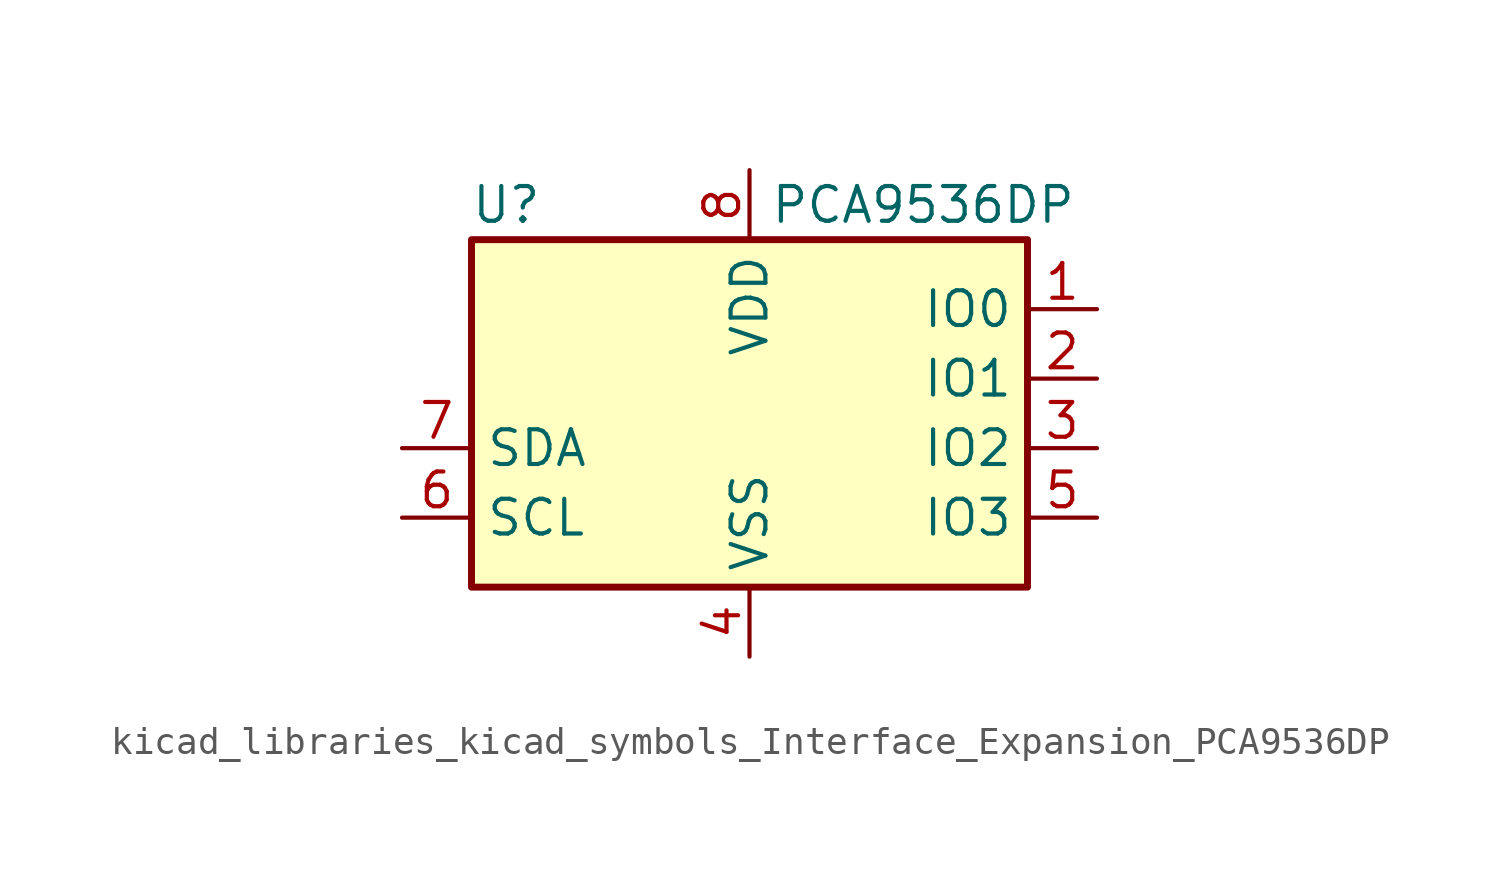
<source format=kicad_sym>
(kicad_symbol_lib
  (version 20220914)
  (generator kicad_symbol_editor)
  (symbol "kicad_libraries_kicad_symbols_Interface_Expansion_PCA9536DP"
    (property "Reference" "U"
      (at -8.89 6.35 0)
      (effects (font (size 1.27 1.27))))
    (property "Value" "PCA9536DP"
      (at 6.35 6.35 0)
      (effects (font (size 1.27 1.27))))
    (symbol "kicad_libraries_kicad_symbols_Interface_Expansion_PCA9536DP_0_1"
      (rectangle (start -10.16 5.08) (end 10.16 -7.62) (stroke (width 0.254) (type default)) (fill (type background))))
    (symbol "kicad_libraries_kicad_symbols_Interface_Expansion_PCA9536DP_1_1"
      (pin bidirectional line (at 12.7 2.54 180) (length 2.54) (name "IO0" (effects (font (size 1.27 1.27)))) (number "1" (effects (font (size 1.27 1.27)))))
      (pin bidirectional line (at 12.7 0 180) (length 2.54) (name "IO1" (effects (font (size 1.27 1.27)))) (number "2" (effects (font (size 1.27 1.27)))))
      (pin bidirectional line (at 12.7 -2.54 180) (length 2.54) (name "IO2" (effects (font (size 1.27 1.27)))) (number "3" (effects (font (size 1.27 1.27)))))
      (pin power_in line (at 0 -10.16 90) (length 2.54) (name "VSS" (effects (font (size 1.27 1.27)))) (number "4" (effects (font (size 1.27 1.27)))))
      (pin bidirectional line (at 12.7 -5.08 180) (length 2.54) (name "IO3" (effects (font (size 1.27 1.27)))) (number "5" (effects (font (size 1.27 1.27)))))
      (pin input line (at -12.7 -5.08 0) (length 2.54) (name "SCL" (effects (font (size 1.27 1.27)))) (number "6" (effects (font (size 1.27 1.27)))))
      (pin bidirectional line (at -12.7 -2.54 0) (length 2.54) (name "SDA" (effects (font (size 1.27 1.27)))) (number "7" (effects (font (size 1.27 1.27)))))
      (pin power_in line (at 0 7.62 270) (length 2.54) (name "VDD" (effects (font (size 1.27 1.27)))) (number "8" (effects (font (size 1.27 1.27))))))))
</source>
